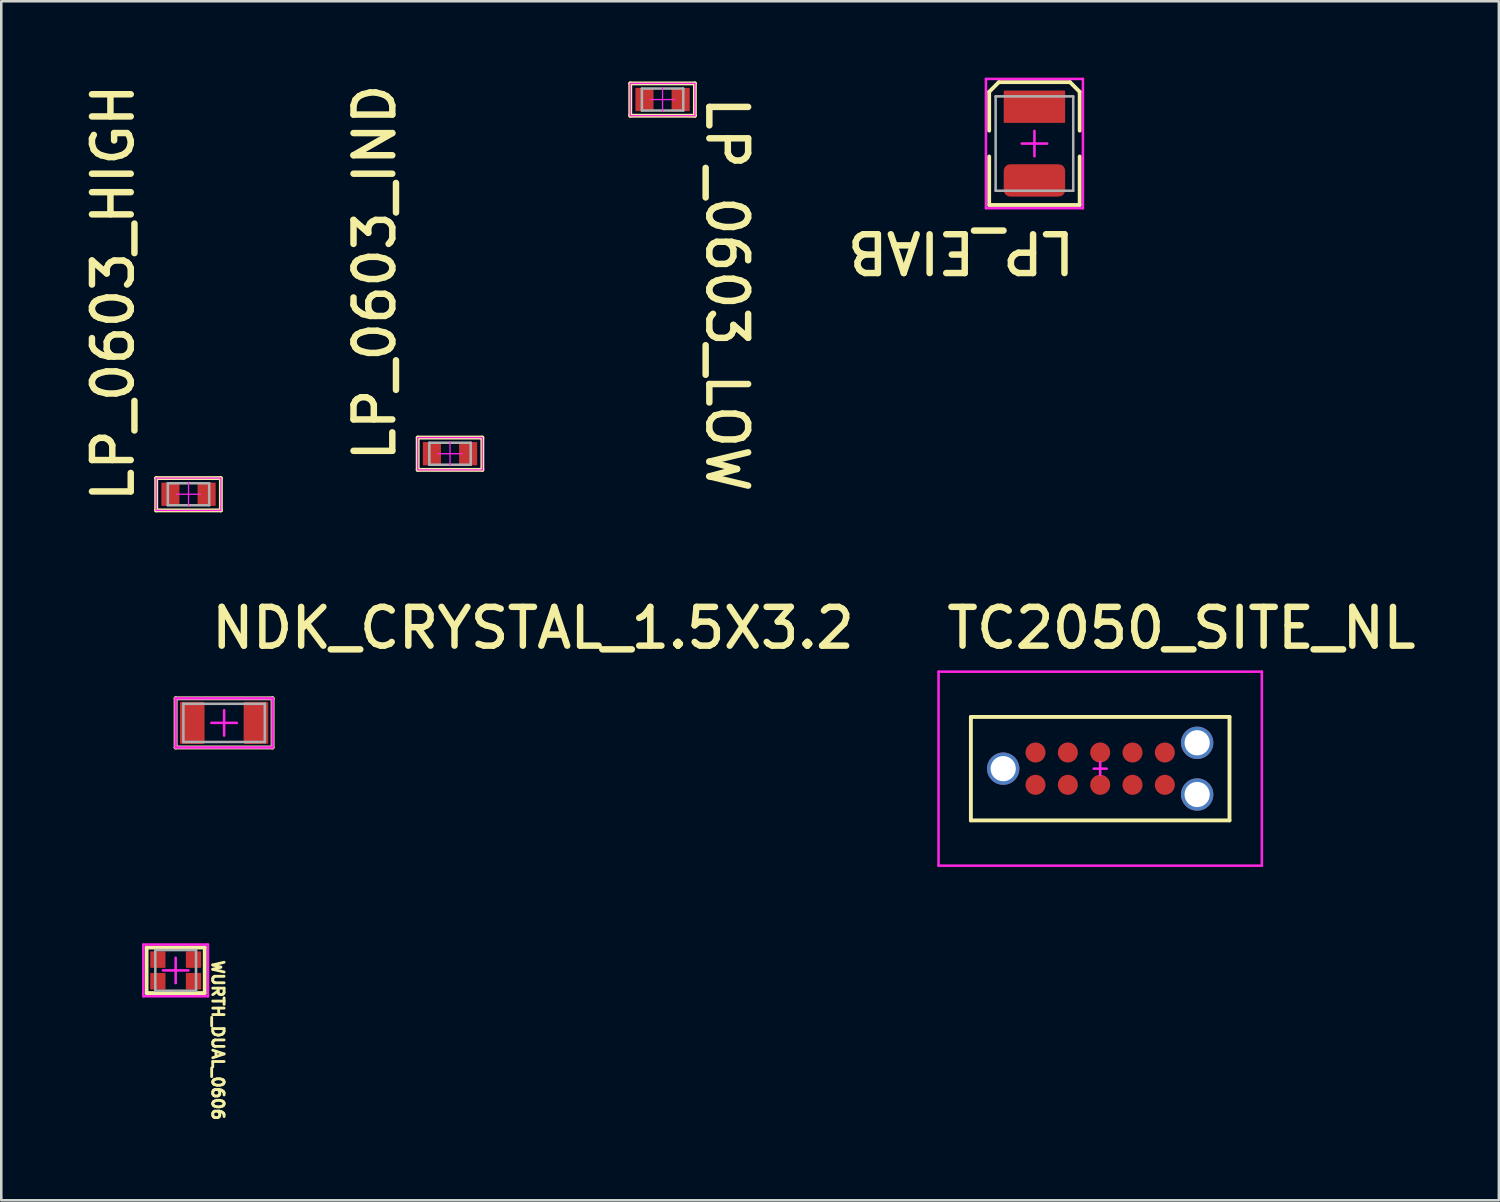
<source format=kicad_pcb>
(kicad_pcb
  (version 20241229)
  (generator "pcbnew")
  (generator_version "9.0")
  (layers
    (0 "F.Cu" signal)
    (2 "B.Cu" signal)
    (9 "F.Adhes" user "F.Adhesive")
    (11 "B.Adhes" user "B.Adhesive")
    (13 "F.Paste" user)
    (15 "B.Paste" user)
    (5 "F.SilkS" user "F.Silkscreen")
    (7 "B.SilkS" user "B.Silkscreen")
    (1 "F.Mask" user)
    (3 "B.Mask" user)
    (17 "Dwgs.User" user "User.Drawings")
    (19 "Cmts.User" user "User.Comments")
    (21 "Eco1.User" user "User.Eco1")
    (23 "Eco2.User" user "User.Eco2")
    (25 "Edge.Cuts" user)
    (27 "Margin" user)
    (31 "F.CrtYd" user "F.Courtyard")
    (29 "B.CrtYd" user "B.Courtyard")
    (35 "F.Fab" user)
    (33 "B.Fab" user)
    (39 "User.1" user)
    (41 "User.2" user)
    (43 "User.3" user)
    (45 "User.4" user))
  (footprint "TC2050_SITE_NL"
    (layer "F.Cu")
    (at 40.171 27.147)
    (property "Reference" "TC2050_SITE_NL" (at -6.155 -4.633 0) (unlocked yes) (layer "F.SilkS") (effects (font (size 1.524 1.524) (thickness 0.254)) (justify left bottom)))
    (fp_line (start -5.08 -2.032) (end 5.08 -2.032) (stroke (width 0.152) (type solid)) (layer "F.SilkS"))
    (fp_line (start -5.08 2.032) (end -5.08 -2.032) (stroke (width 0.152) (type solid)) (layer "F.SilkS"))
    (fp_line (start -5.08 2.032) (end 5.08 2.032) (stroke (width 0.152) (type solid)) (layer "F.SilkS"))
    (fp_line (start 5.08 2.032) (end 5.08 -2.032) (stroke (width 0.152) (type solid)) (layer "F.SilkS"))
    (fp_line (start -6.35 -3.81) (end 6.35 -3.81) (stroke (width 0.1) (type solid)) (layer "F.CrtYd"))
    (fp_line (start -6.35 3.81) (end -6.35 -3.81) (stroke (width 0.1) (type solid)) (layer "F.CrtYd"))
    (fp_line (start -6.35 3.81) (end 6.35 3.81) (stroke (width 0.1) (type solid)) (layer "F.CrtYd"))
    (fp_line (start -0.254 0) (end 0.254 0) (stroke (width 0.1) (type solid)) (layer "F.CrtYd"))
    (fp_line (start 0 0.254) (end 0 -0.254) (stroke (width 0.1) (type solid)) (layer "F.CrtYd"))
    (fp_line (start 6.35 3.81) (end 6.35 -3.81) (stroke (width 0.1) (type solid)) (layer "F.CrtYd"))
    (fp_text user "${REFERENCE}" (at -0.635 -0.61 0) (unlocked yes) (layer "User.6") (effects (font (size 0.635 0.635) (thickness 0.076))))
    (pad "0" thru_hole circle (at -3.81 0) (size 1.27 1.27) (drill 0.991) (layers "*.Cu" "*.Mask"))
    (pad "0" thru_hole circle (at 3.81 -1.016) (size 1.27 1.27) (drill 0.991) (layers "*.Cu" "*.Mask"))
    (pad "0" thru_hole circle (at 3.81 1.016) (size 1.27 1.27) (drill 0.991) (layers "*.Cu" "*.Mask"))
    (pad "1" smd circle (at -2.54 0.635) (size 0.787 0.787) (layers "F.Cu" "F.Mask" "F.Paste"))
    (pad "2" smd circle (at -1.27 0.635) (size 0.787 0.787) (layers "F.Cu" "F.Mask" "F.Paste"))
    (pad "3" smd circle (at 0 0.635) (size 0.787 0.787) (layers "F.Cu" "F.Mask" "F.Paste"))
    (pad "4" smd circle (at 1.27 0.635) (size 0.787 0.787) (layers "F.Cu" "F.Mask" "F.Paste"))
    (pad "5" smd circle (at 2.54 0.635) (size 0.787 0.787) (layers "F.Cu" "F.Mask" "F.Paste"))
    (pad "6" smd circle (at 2.54 -0.635) (size 0.787 0.787) (layers "F.Cu" "F.Mask" "F.Paste"))
    (pad "7" smd circle (at 1.27 -0.635) (size 0.787 0.787) (layers "F.Cu" "F.Mask" "F.Paste"))
    (pad "8" smd circle (at 0 -0.635) (size 0.787 0.787) (layers "F.Cu" "F.Mask" "F.Paste"))
    (pad "9" smd circle (at -1.27 -0.635) (size 0.787 0.787) (layers "F.Cu" "F.Mask" "F.Paste"))
    (pad "10" smd circle (at -2.54 -0.635) (size 0.787 0.787) (layers "F.Cu" "F.Mask" "F.Paste")))
  (footprint "NDK_CRYSTAL_1.5X3.2"
    (layer "F.Cu")
    (at 5.754 25.349)
    (property "Reference" "NDK_CRYSTAL_1.5X3.2" (at -0.623 -2.835 0) (unlocked yes) (layer "F.SilkS") (effects (font (size 1.524 1.524) (thickness 0.254)) (justify left bottom)))
    (fp_line (start -1.905 -0.965) (end 1.905 -0.965) (stroke (width 0.152) (type solid)) (layer "F.SilkS"))
    (fp_line (start -1.905 0.965) (end -1.905 -0.965) (stroke (width 0.152) (type solid)) (layer "F.SilkS"))
    (fp_line (start -1.905 0.965) (end 1.905 0.965) (stroke (width 0.152) (type solid)) (layer "F.SilkS"))
    (fp_line (start 1.905 0.965) (end 1.905 -0.965) (stroke (width 0.152) (type solid)) (layer "F.SilkS"))
    (fp_line (start -1.905 -0.965) (end 1.905 -0.965) (stroke (width 0.1) (type solid)) (layer "F.CrtYd"))
    (fp_line (start -1.905 0.965) (end -1.905 -0.965) (stroke (width 0.1) (type solid)) (layer "F.CrtYd"))
    (fp_line (start -1.905 0.965) (end 1.905 0.965) (stroke (width 0.1) (type solid)) (layer "F.CrtYd"))
    (fp_line (start -0.5 0) (end 0.5 0) (stroke (width 0.1) (type solid)) (layer "F.CrtYd"))
    (fp_line (start 0 0.5) (end 0 -0.5) (stroke (width 0.1) (type solid)) (layer "F.CrtYd"))
    (fp_line (start 1.905 0.965) (end 1.905 -0.965) (stroke (width 0.1) (type solid)) (layer "F.CrtYd"))
    (fp_line (start -1.6 -0.75) (end 1.6 -0.75) (stroke (width 0.1) (type solid)) (layer "F.Fab"))
    (fp_line (start -1.6 0.75) (end -1.6 -0.75) (stroke (width 0.1) (type solid)) (layer "F.Fab"))
    (fp_line (start -1.6 0.75) (end 1.6 0.75) (stroke (width 0.1) (type solid)) (layer "F.Fab"))
    (fp_line (start 1.6 0.75) (end 1.6 -0.75) (stroke (width 0.1) (type solid)) (layer "F.Fab"))
    (fp_text user "${REFERENCE}" (at -0.457 0.279 0) (unlocked yes) (layer "User.6") (effects (font (size 0.635 0.635) (thickness 0.076))))
    (pad "1" smd roundrect (at -1.25 0 270) (size 1.651 0.965) (layers "F.Cu" "F.Mask" "F.Paste") (roundrect_rratio 0.05))
    (pad "2" smd roundrect (at 1.25 0 270) (size 1.651 0.965) (layers "F.Cu" "F.Mask" "F.Paste") (roundrect_rratio 0.05)))
  (footprint "WURTH_DUAL_0606"
    (layer "F.Cu")
    (at 3.851 35.073)
    (property "Reference" "WURTH_DUAL_0606" (at 1.397 -0.457 270) (unlocked yes) (layer "F.SilkS") (effects (font (size 0.445 0.445) (thickness 0.254) (bold yes)) (justify left bottom)))
    (fp_line (start -1.143 -0.9) (end -1.143 0.889) (stroke (width 0.152) (type solid)) (layer "F.SilkS"))
    (fp_line (start -1.143 -0.9) (end 1.143 -0.9) (stroke (width 0.152) (type solid)) (layer "F.SilkS"))
    (fp_line (start -1.143 0.889) (end 1.143 0.889) (stroke (width 0.152) (type solid)) (layer "F.SilkS"))
    (fp_line (start 1.143 -0.9) (end 1.143 0.889) (stroke (width 0.152) (type solid)) (layer "F.SilkS"))
    (fp_line (start -1.27 -1.016) (end -1.27 1.016) (stroke (width 0.1) (type solid)) (layer "F.CrtYd"))
    (fp_line (start -1.27 -1.016) (end 1.27 -1.016) (stroke (width 0.1) (type solid)) (layer "F.CrtYd"))
    (fp_line (start -1.27 1.016) (end 1.27 1.016) (stroke (width 0.1) (type solid)) (layer "F.CrtYd"))
    (fp_line (start -0.5 0) (end 0.5 0) (stroke (width 0.1) (type solid)) (layer "F.CrtYd"))
    (fp_line (start 0 -0.5) (end 0 0.5) (stroke (width 0.1) (type solid)) (layer "F.CrtYd"))
    (fp_line (start 1.27 -1.016) (end 1.27 1.016) (stroke (width 0.1) (type solid)) (layer "F.CrtYd"))
    (fp_line (start -0.8 -0.8) (end -0.8 0.8) (stroke (width 0.1) (type solid)) (layer "F.Fab"))
    (fp_line (start -0.8 -0.8) (end 0.8 -0.8) (stroke (width 0.102) (type solid)) (layer "F.Fab"))
    (fp_line (start -0.8 0.8) (end 0.8 0.8) (stroke (width 0.102) (type solid)) (layer "F.Fab"))
    (fp_line (start 0.8 -0.8) (end 0.8 0.8) (stroke (width 0.1) (type solid)) (layer "F.Fab"))
    (fp_text user "${REFERENCE}" (at 0.66 -0.33 180) (unlocked yes) (layer "User.6") (effects (font (size 0.635 0.635) (thickness 0.076))))
    (pad "1" smd roundrect (at -0.7 -0.425) (size 0.6 0.65) (layers "F.Cu" "F.Mask" "F.Paste") (roundrect_rratio 0.05))
    (pad "2" smd roundrect (at -0.7 0.425) (size 0.6 0.65) (layers "F.Cu" "F.Mask" "F.Paste") (roundrect_rratio 0.05))
    (pad "3" smd roundrect (at 0.7 0.425) (size 0.6 0.65) (layers "F.Cu" "F.Mask" "F.Paste") (roundrect_rratio 0.05))
    (pad "4" smd roundrect (at 0.7 -0.425) (size 0.6 0.65) (layers "F.Cu" "F.Mask" "F.Paste") (roundrect_rratio 0.05)))
  (footprint "LP_0603_IND"
    (layer "F.Cu")
    (at 14.629 14.775)
    (property "Reference" "LP_0603_IND" (at -2.068 0.415 90) (unlocked yes) (layer "F.SilkS") (effects (font (size 1.524 1.524) (thickness 0.254)) (justify left bottom)))
    (fp_line (start -1.27 0.635) (end -1.27 -0.635) (stroke (width 0.152) (type solid)) (layer "F.SilkS"))
    (fp_line (start 1.27 -0.635) (end -1.27 -0.635) (stroke (width 0.152) (type solid)) (layer "F.SilkS"))
    (fp_line (start 1.27 0.635) (end -1.27 0.635) (stroke (width 0.152) (type solid)) (layer "F.SilkS"))
    (fp_line (start 1.27 0.635) (end 1.27 -0.635) (stroke (width 0.152) (type solid)) (layer "F.SilkS"))
    (fp_line (start -1.27 0.635) (end -1.27 -0.635) (stroke (width 0.05) (type solid)) (layer "F.CrtYd"))
    (fp_line (start 0.000003 0.475) (end 0.000003 -0.475) (stroke (width 0.05) (type solid)) (layer "F.CrtYd"))
    (fp_line (start 0.475 0) (end -0.475 0) (stroke (width 0.05) (type solid)) (layer "F.CrtYd"))
    (fp_line (start 1.27 -0.635) (end -1.27 -0.635) (stroke (width 0.05) (type solid)) (layer "F.CrtYd"))
    (fp_line (start 1.27 0.635) (end -1.27 0.635) (stroke (width 0.05) (type solid)) (layer "F.CrtYd"))
    (fp_line (start 1.27 0.635) (end 1.27 -0.635) (stroke (width 0.05) (type solid)) (layer "F.CrtYd"))
    (fp_line (start -0.813 0.432) (end -0.813 -0.432) (stroke (width 0.1) (type solid)) (layer "F.Fab"))
    (fp_line (start 0.813 -0.432) (end -0.813 -0.432) (stroke (width 0.1) (type solid)) (layer "F.Fab"))
    (fp_line (start 0.813 0.432) (end -0.813 0.432) (stroke (width 0.1) (type solid)) (layer "F.Fab"))
    (fp_line (start 0.813 0.432) (end 0.813 -0.432) (stroke (width 0.1) (type solid)) (layer "F.Fab"))
    (fp_text user "${REFERENCE}" (at -0.305 0.33 0) (unlocked yes) (layer "User.6") (effects (font (size 0.635 0.635) (thickness 0.076))))
    (pad "1" smd roundrect (at -0.711 0 90) (size 0.914 0.711) (layers "F.Cu" "F.Mask" "F.Paste") (roundrect_rratio 0.025))
    (pad "2" smd roundrect (at 0.711 0 90) (size 0.914 0.711) (layers "F.Cu" "F.Mask" "F.Paste") (roundrect_rratio 0.025)))
  (footprint "LP_0603_HIGH"
    (layer "F.Cu")
    (at 4.356 16.367)
    (property "Reference" "LP_0603_HIGH" (at -2.07 0.419 90) (unlocked yes) (layer "F.SilkS") (effects (font (size 1.524 1.524) (thickness 0.254)) (justify left bottom)))
    (fp_line (start -1.27 0.635) (end -1.27 -0.635) (stroke (width 0.152) (type solid)) (layer "F.SilkS"))
    (fp_line (start 1.27 -0.635) (end -1.27 -0.635) (stroke (width 0.152) (type solid)) (layer "F.SilkS"))
    (fp_line (start 1.27 0.635) (end -1.27 0.635) (stroke (width 0.152) (type solid)) (layer "F.SilkS"))
    (fp_line (start 1.27 0.635) (end 1.27 -0.635) (stroke (width 0.152) (type solid)) (layer "F.SilkS"))
    (fp_line (start -1.27 0.635) (end -1.27 -0.635) (stroke (width 0.05) (type solid)) (layer "F.CrtYd"))
    (fp_line (start 0.000003 0.475) (end 0.000003 -0.475) (stroke (width 0.05) (type solid)) (layer "F.CrtYd"))
    (fp_line (start 0.475 0) (end -0.475 0) (stroke (width 0.05) (type solid)) (layer "F.CrtYd"))
    (fp_line (start 1.27 -0.635) (end -1.27 -0.635) (stroke (width 0.05) (type solid)) (layer "F.CrtYd"))
    (fp_line (start 1.27 0.635) (end -1.27 0.635) (stroke (width 0.05) (type solid)) (layer "F.CrtYd"))
    (fp_line (start 1.27 0.635) (end 1.27 -0.635) (stroke (width 0.05) (type solid)) (layer "F.CrtYd"))
    (fp_line (start -0.813 0.432) (end -0.813 -0.432) (stroke (width 0.1) (type solid)) (layer "F.Fab"))
    (fp_line (start 0.813 -0.432) (end -0.813 -0.432) (stroke (width 0.1) (type solid)) (layer "F.Fab"))
    (fp_line (start 0.813 0.432) (end -0.813 0.432) (stroke (width 0.1) (type solid)) (layer "F.Fab"))
    (fp_line (start 0.813 0.432) (end 0.813 -0.432) (stroke (width 0.1) (type solid)) (layer "F.Fab"))
    (fp_text user "${REFERENCE}" (at -0.533 0.356 0) (unlocked yes) (layer "User.6") (effects (font (size 0.635 0.635) (thickness 0.076))))
    (pad "1" smd roundrect (at -0.711 0 90) (size 0.914 0.711) (layers "F.Cu" "F.Mask" "F.Paste") (roundrect_rratio 0.025))
    (pad "2" smd roundrect (at 0.711 0 90) (size 0.914 0.711) (layers "F.Cu" "F.Mask" "F.Paste") (roundrect_rratio 0.025)))
  (footprint "LP_0603_LOW"
    (layer "F.Cu")
    (at 22.979 0.861)
    (property "Reference" "LP_0603_LOW" (at 1.638 -0.241 270) (unlocked yes) (layer "F.SilkS") (effects (font (size 1.524 1.524) (thickness 0.254)) (justify left bottom)))
    (fp_line (start -1.27 -0.635) (end -1.27 0.635) (stroke (width 0.152) (type solid)) (layer "F.SilkS"))
    (fp_line (start -1.27 -0.635) (end 1.27 -0.635) (stroke (width 0.152) (type solid)) (layer "F.SilkS"))
    (fp_line (start -1.27 0.635) (end 1.27 0.635) (stroke (width 0.152) (type solid)) (layer "F.SilkS"))
    (fp_line (start 1.27 -0.635) (end 1.27 0.635) (stroke (width 0.152) (type solid)) (layer "F.SilkS"))
    (fp_line (start -1.27 -0.635) (end -1.27 0.635) (stroke (width 0.05) (type solid)) (layer "F.CrtYd"))
    (fp_line (start -1.27 -0.635) (end 1.27 -0.635) (stroke (width 0.05) (type solid)) (layer "F.CrtYd"))
    (fp_line (start -1.27 0.635) (end 1.27 0.635) (stroke (width 0.05) (type solid)) (layer "F.CrtYd"))
    (fp_line (start -0.475 0) (end 0.475 0) (stroke (width 0.05) (type solid)) (layer "F.CrtYd"))
    (fp_line (start 0.000002 -0.475) (end 0.000002 0.475) (stroke (width 0.05) (type solid)) (layer "F.CrtYd"))
    (fp_line (start 1.27 -0.635) (end 1.27 0.635) (stroke (width 0.05) (type solid)) (layer "F.CrtYd"))
    (fp_line (start -0.813 -0.432) (end -0.813 0.432) (stroke (width 0.1) (type solid)) (layer "F.Fab"))
    (fp_line (start -0.813 -0.432) (end 0.813 -0.432) (stroke (width 0.1) (type solid)) (layer "F.Fab"))
    (fp_line (start -0.813 0.432) (end 0.813 0.432) (stroke (width 0.1) (type solid)) (layer "F.Fab"))
    (fp_line (start 0.813 -0.432) (end 0.813 0.432) (stroke (width 0.1) (type solid)) (layer "F.Fab"))
    (fp_text user "${REFERENCE}" (at 0.737 -0.356 180) (unlocked yes) (layer "User.6") (effects (font (size 0.635 0.635) (thickness 0.076))))
    (pad "1" smd roundrect (at -0.711 0 90) (size 0.914 0.711) (layers "F.Cu" "F.Mask" "F.Paste") (roundrect_rratio 0.025))
    (pad "2" smd roundrect (at 0.711 0 90) (size 0.914 0.711) (layers "F.Cu" "F.Mask" "F.Paste") (roundrect_rratio 0.025)))
  (footprint "LP_EIAB"
    (layer "F.Cu")
    (at 37.588 2.59)
    (property "Reference" "LP_EIAB" (at 1.71 3.363 180) (unlocked yes) (layer "F.SilkS") (effects (font (size 1.524 1.524) (thickness 0.254)) (justify left bottom)))
    (fp_line (start -1.778 -2.032) (end -1.778 -0.508) (stroke (width 0.152) (type solid)) (layer "F.SilkS"))
    (fp_line (start -1.778 0.508) (end -1.778 2.413) (stroke (width 0.152) (type solid)) (layer "F.SilkS"))
    (fp_line (start -1.397 -2.413) (end -1.778 -2.032) (stroke (width 0.152) (type solid)) (layer "F.SilkS"))
    (fp_line (start 1.397 -2.413) (end -1.397 -2.413) (stroke (width 0.152) (type solid)) (layer "F.SilkS"))
    (fp_line (start 1.778 -2.032) (end 1.397 -2.413) (stroke (width 0.152) (type solid)) (layer "F.SilkS"))
    (fp_line (start 1.778 -2.032) (end 1.778 -0.508) (stroke (width 0.152) (type solid)) (layer "F.SilkS"))
    (fp_line (start 1.778 0.508) (end 1.778 2.413) (stroke (width 0.152) (type solid)) (layer "F.SilkS"))
    (fp_line (start 1.778 2.413) (end -1.778 2.413) (stroke (width 0.152) (type solid)) (layer "F.SilkS"))
    (fp_line (start -1.905 -2.54) (end -1.905 2.54) (stroke (width 0.1) (type solid)) (layer "F.CrtYd"))
    (fp_line (start 0 -0.5) (end 0 0.5) (stroke (width 0.1) (type solid)) (layer "F.CrtYd"))
    (fp_line (start 0.5 0) (end -0.5 0) (stroke (width 0.1) (type solid)) (layer "F.CrtYd"))
    (fp_line (start 1.905 -2.54) (end -1.905 -2.54) (stroke (width 0.1) (type solid)) (layer "F.CrtYd"))
    (fp_line (start 1.905 -2.54) (end 1.905 2.54) (stroke (width 0.1) (type solid)) (layer "F.CrtYd"))
    (fp_line (start 1.905 2.54) (end -1.905 2.54) (stroke (width 0.1) (type solid)) (layer "F.CrtYd"))
    (fp_line (start -1.524 -1.854) (end -1.524 1.854) (stroke (width 0.1) (type solid)) (layer "F.Fab"))
    (fp_line (start 1.524 -1.854) (end -1.524 -1.854) (stroke (width 0.1) (type solid)) (layer "F.Fab"))
    (fp_line (start 1.524 -1.854) (end 1.524 1.854) (stroke (width 0.1) (type solid)) (layer "F.Fab"))
    (fp_line (start 1.524 1.854) (end -1.524 1.854) (stroke (width 0.1) (type solid)) (layer "F.Fab"))
    (fp_text user "${REFERENCE}" (at 0.305 0.508 90) (unlocked yes) (layer "User.6") (effects (font (size 0.635 0.635) (thickness 0.076))))
    (pad "1" smd roundrect (at 0 -1.448 270) (size 1.27 2.413) (layers "F.Cu" "F.Mask" "F.Paste") (roundrect_rratio 0.025))
    (pad "2" smd roundrect (at 0 1.448 270) (size 1.27 2.413) (layers "F.Cu" "F.Mask" "F.Paste") (roundrect_rratio 0.2)))
  (gr_rect
    (start -3 -3)
    (end 55.833 44.104)
    (stroke (width 0.1) (type default))
    (fill no)
    (layer "Edge.Cuts")))
</source>
